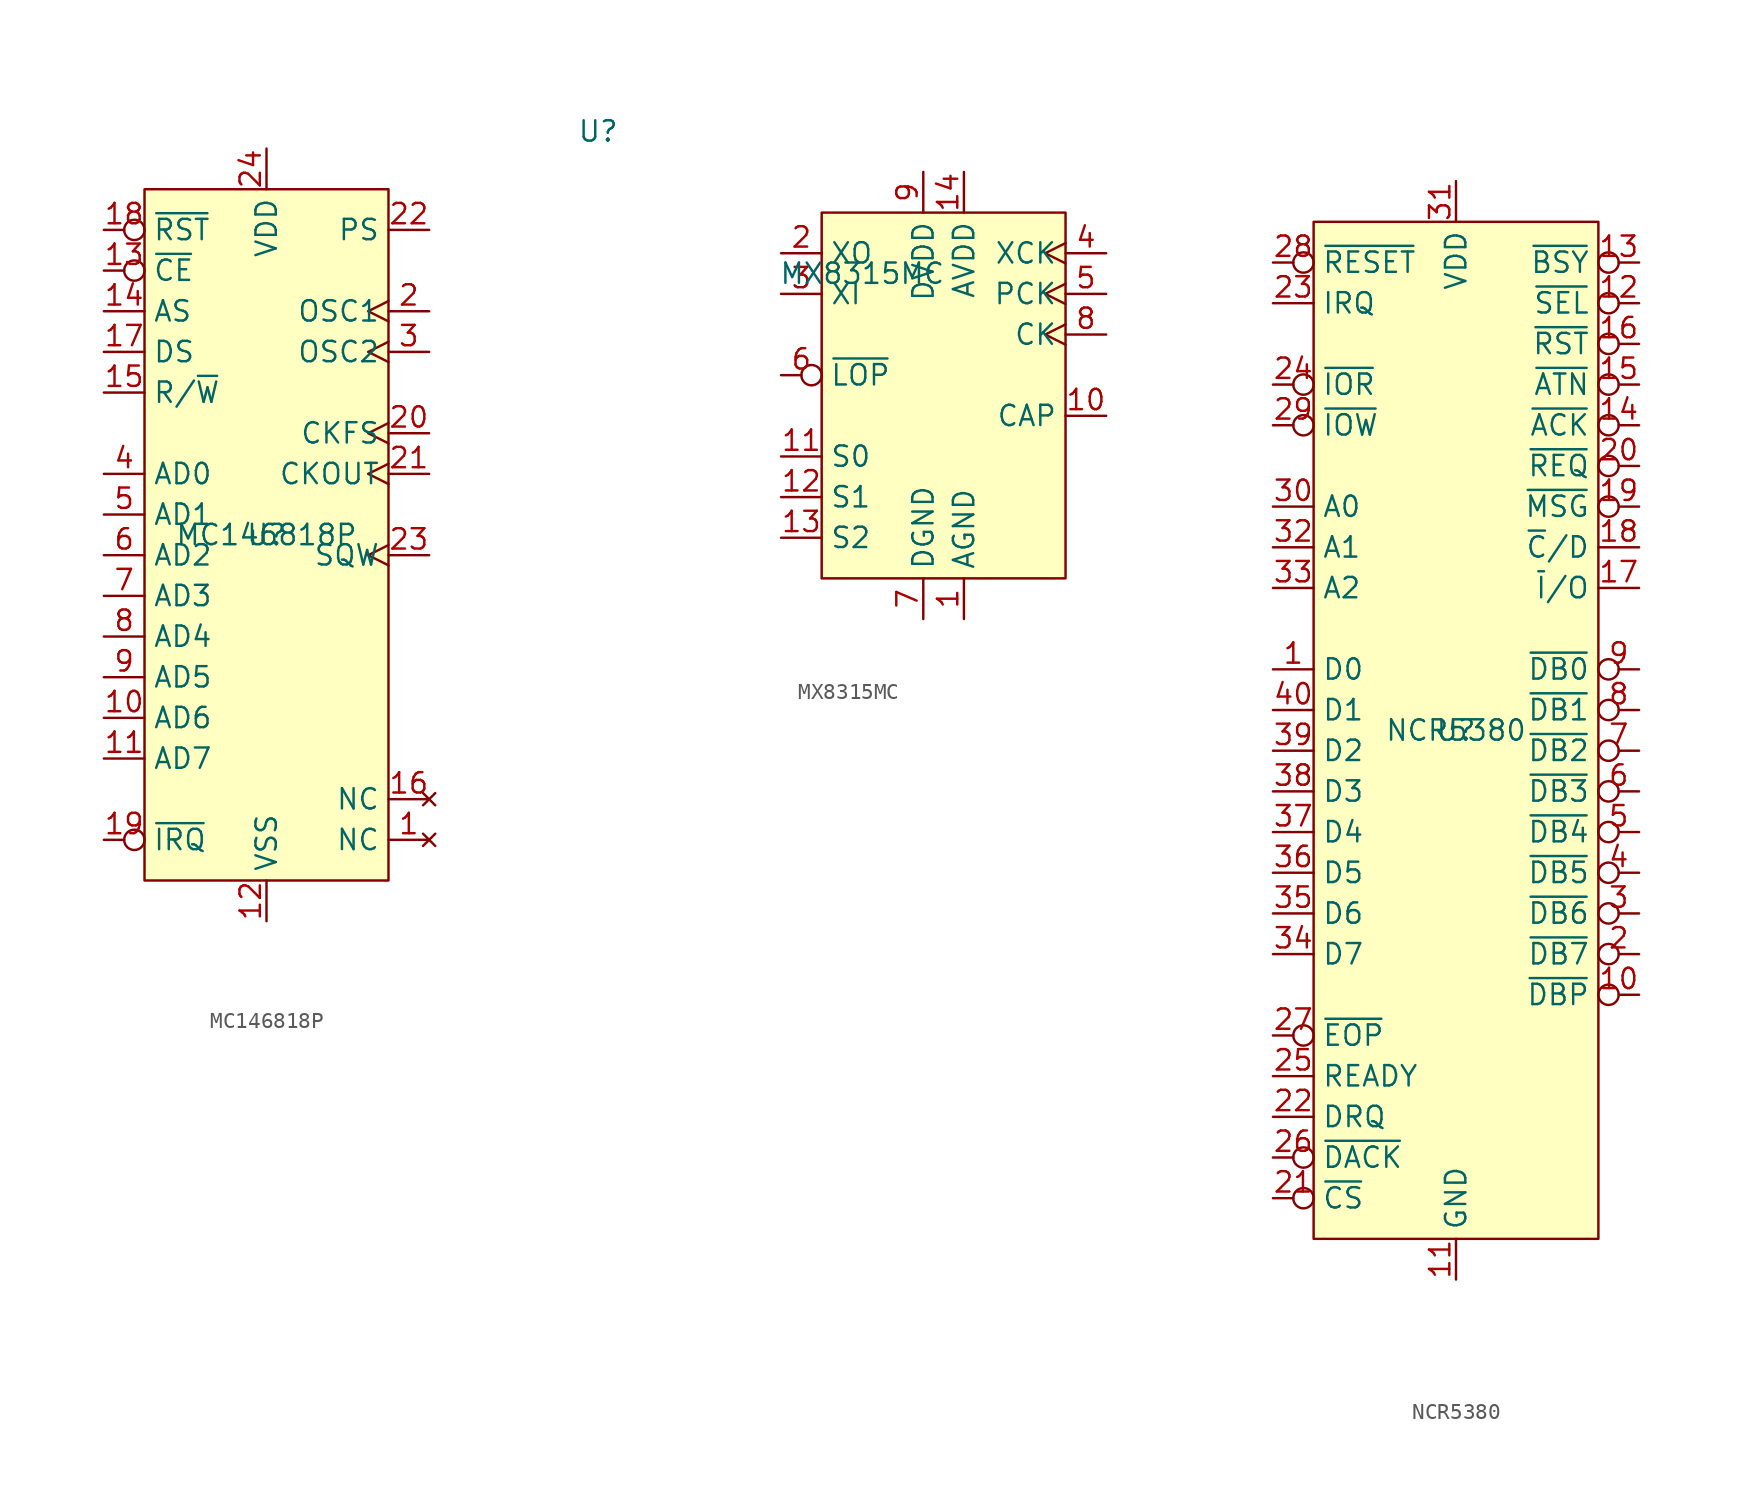
<source format=kicad_sym>
(kicad_symbol_lib
  (version 20220914)
  (generator kicad_symbol_editor)
  (symbol "MC146818P"
    (property "Reference" "U"
      (at 0 0 0)
      (effects (font (size 1.27 1.27))))
    (property "Value" "MC146818P"
      (at 0 0 0)
      (effects (font (size 1.27 1.27))))
    (symbol "MC146818P_0_0"
      (pin no_connect line (at 10.16 -19.05 180) (length 2.54) (name "NC" (effects (font (size 1.27 1.27)))) (number "1" (effects (font (size 1.27 1.27)))))
      (pin bidirectional line (at -10.16 -11.43 0) (length 2.54) (name "AD6" (effects (font (size 1.27 1.27)))) (number "10" (effects (font (size 1.27 1.27)))))
      (pin bidirectional line (at -10.16 -13.97 0) (length 2.54) (name "AD7" (effects (font (size 1.27 1.27)))) (number "11" (effects (font (size 1.27 1.27)))))
      (pin power_in line (at 0 -24.13 90) (length 2.54) (name "VSS" (effects (font (size 1.27 1.27)))) (number "12" (effects (font (size 1.27 1.27)))))
      (pin input inverted (at -10.16 16.51 0) (length 2.54) (name "~{CE}" (effects (font (size 1.27 1.27)))) (number "13" (effects (font (size 1.27 1.27)))))
      (pin input line (at -10.16 13.97 0) (length 2.54) (name "AS" (effects (font (size 1.27 1.27)))) (number "14" (effects (font (size 1.27 1.27)))))
      (pin input line (at -10.16 8.89 0) (length 2.54) (name "R/~{W}" (effects (font (size 1.27 1.27)))) (number "15" (effects (font (size 1.27 1.27)))))
      (pin no_connect line (at 10.16 -16.51 180) (length 2.54) (name "NC" (effects (font (size 1.27 1.27)))) (number "16" (effects (font (size 1.27 1.27)))))
      (pin input line (at -10.16 11.43 0) (length 2.54) (name "DS" (effects (font (size 1.27 1.27)))) (number "17" (effects (font (size 1.27 1.27)))))
      (pin input inverted (at -10.16 19.05 0) (length 2.54) (name "~{RST}" (effects (font (size 1.27 1.27)))) (number "18" (effects (font (size 1.27 1.27)))))
      (pin output inverted (at -10.16 -19.05 0) (length 2.54) (name "~{IRQ}" (effects (font (size 1.27 1.27)))) (number "19" (effects (font (size 1.27 1.27)))))
      (pin input clock (at 10.16 13.97 180) (length 2.54) (name "OSC1" (effects (font (size 1.27 1.27)))) (number "2" (effects (font (size 1.27 1.27)))))
      (pin input clock (at 10.16 6.35 180) (length 2.54) (name "CKFS" (effects (font (size 1.27 1.27)))) (number "20" (effects (font (size 1.27 1.27)))))
      (pin output clock (at 10.16 3.81 180) (length 2.54) (name "CKOUT" (effects (font (size 1.27 1.27)))) (number "21" (effects (font (size 1.27 1.27)))))
      (pin input line (at 10.16 19.05 180) (length 2.54) (name "PS" (effects (font (size 1.27 1.27)))) (number "22" (effects (font (size 1.27 1.27)))))
      (pin output clock (at 10.16 -1.27 180) (length 2.54) (name "SQW" (effects (font (size 1.27 1.27)))) (number "23" (effects (font (size 1.27 1.27)))))
      (pin power_in line (at 0 24.13 270) (length 2.54) (name "VDD" (effects (font (size 1.27 1.27)))) (number "24" (effects (font (size 1.27 1.27)))))
      (pin output clock (at 10.16 11.43 180) (length 2.54) (name "OSC2" (effects (font (size 1.27 1.27)))) (number "3" (effects (font (size 1.27 1.27)))))
      (pin bidirectional line (at -10.16 3.81 0) (length 2.54) (name "AD0" (effects (font (size 1.27 1.27)))) (number "4" (effects (font (size 1.27 1.27)))))
      (pin bidirectional line (at -10.16 1.27 0) (length 2.54) (name "AD1" (effects (font (size 1.27 1.27)))) (number "5" (effects (font (size 1.27 1.27)))))
      (pin bidirectional line (at -10.16 -1.27 0) (length 2.54) (name "AD2" (effects (font (size 1.27 1.27)))) (number "6" (effects (font (size 1.27 1.27)))))
      (pin bidirectional line (at -10.16 -3.81 0) (length 2.54) (name "AD3" (effects (font (size 1.27 1.27)))) (number "7" (effects (font (size 1.27 1.27)))))
      (pin bidirectional line (at -10.16 -6.35 0) (length 2.54) (name "AD4" (effects (font (size 1.27 1.27)))) (number "8" (effects (font (size 1.27 1.27)))))
      (pin bidirectional line (at -10.16 -8.89 0) (length 2.54) (name "AD5" (effects (font (size 1.27 1.27)))) (number "9" (effects (font (size 1.27 1.27))))))
    (symbol "MC146818P_1_1"
      (rectangle (start -7.62 21.59) (end 7.62 -21.59) (stroke (width 0) (type default)) (fill (type background)))))
  (symbol "MX8315MC"
    (property "Reference" "U"
      (at -21.59 15.24 0)
      (effects (font (size 1.27 1.27))))
    (property "Value" "MX8315MC"
      (at -5.08 6.35 0)
      (effects (font (size 1.27 1.27))))
    (symbol "MX8315MC_1_1"
      (rectangle (start -7.62 10.16) (end 7.62 -12.7) (stroke (width 0) (type default)) (fill (type background)))
      (pin power_in line (at 1.27 -15.24 90) (length 2.54) (name "AGND" (effects (font (size 1.27 1.27)))) (number "1" (effects (font (size 1.27 1.27)))))
      (pin power_in line (at 10.16 -2.54 180) (length 2.54) (name "CAP" (effects (font (size 1.27 1.27)))) (number "10" (effects (font (size 1.27 1.27)))))
      (pin input line (at -10.16 -5.08 0) (length 2.54) (name "S0" (effects (font (size 1.27 1.27)))) (number "11" (effects (font (size 1.27 1.27)))))
      (pin input line (at -10.16 -7.62 0) (length 2.54) (name "S1" (effects (font (size 1.27 1.27)))) (number "12" (effects (font (size 1.27 1.27)))))
      (pin input line (at -10.16 -10.16 0) (length 2.54) (name "S2" (effects (font (size 1.27 1.27)))) (number "13" (effects (font (size 1.27 1.27)))))
      (pin power_in line (at 1.27 12.7 270) (length 2.54) (name "AVDD" (effects (font (size 1.27 1.27)))) (number "14" (effects (font (size 1.27 1.27)))))
      (pin output line (at -10.16 7.62 0) (length 2.54) (name "XO" (effects (font (size 1.27 1.27)))) (number "2" (effects (font (size 1.27 1.27)))))
      (pin input line (at -10.16 5.08 0) (length 2.54) (name "XI" (effects (font (size 1.27 1.27)))) (number "3" (effects (font (size 1.27 1.27)))))
      (pin output clock (at 10.16 7.62 180) (length 2.54) (name "XCK" (effects (font (size 1.27 1.27)))) (number "4" (effects (font (size 1.27 1.27)))))
      (pin output clock (at 10.16 5.08 180) (length 2.54) (name "PCK" (effects (font (size 1.27 1.27)))) (number "5" (effects (font (size 1.27 1.27)))))
      (pin input inverted (at -10.16 0 0) (length 2.54) (name "~{LOP}" (effects (font (size 1.27 1.27)))) (number "6" (effects (font (size 1.27 1.27)))))
      (pin power_in line (at -1.27 -15.24 90) (length 2.54) (name "DGND" (effects (font (size 1.27 1.27)))) (number "7" (effects (font (size 1.27 1.27)))))
      (pin output clock (at 10.16 2.54 180) (length 2.54) (name "CK" (effects (font (size 1.27 1.27)))) (number "8" (effects (font (size 1.27 1.27)))))
      (pin power_in line (at -1.27 12.7 270) (length 2.54) (name "DVDD" (effects (font (size 1.27 1.27)))) (number "9" (effects (font (size 1.27 1.27)))))))
  (symbol "NCR5380"
    (property "Reference" "U"
      (at 0 0 0)
      (effects (font (size 1.27 1.27))))
    (property "Value" "NCR5380"
      (at 0 0 0)
      (effects (font (size 1.27 1.27))))
    (symbol "NCR5380_0_0"
      (pin bidirectional line (at -11.43 3.81 0) (length 2.54) (name "D0" (effects (font (size 1.27 1.27)))) (number "1" (effects (font (size 1.27 1.27)))))
      (pin bidirectional inverted (at 11.43 -16.51 180) (length 2.54) (name "~{DBP}" (effects (font (size 1.27 1.27)))) (number "10" (effects (font (size 1.27 1.27)))))
      (pin input line (at 0 -34.29 90) (length 2.54) (name "GND" (effects (font (size 1.27 1.27)))) (number "11" (effects (font (size 1.27 1.27)))))
      (pin bidirectional inverted (at 11.43 26.67 180) (length 2.54) (name "~{SEL}" (effects (font (size 1.27 1.27)))) (number "12" (effects (font (size 1.27 1.27)))))
      (pin bidirectional inverted (at 11.43 29.21 180) (length 2.54) (name "~{BSY}" (effects (font (size 1.27 1.27)))) (number "13" (effects (font (size 1.27 1.27)))))
      (pin bidirectional inverted (at 11.43 19.05 180) (length 2.54) (name "~{ACK}" (effects (font (size 1.27 1.27)))) (number "14" (effects (font (size 1.27 1.27)))))
      (pin bidirectional inverted (at 11.43 21.59 180) (length 2.54) (name "~{ATN}" (effects (font (size 1.27 1.27)))) (number "15" (effects (font (size 1.27 1.27)))))
      (pin bidirectional inverted (at 11.43 24.13 180) (length 2.54) (name "~{RST}" (effects (font (size 1.27 1.27)))) (number "16" (effects (font (size 1.27 1.27)))))
      (pin bidirectional line (at 11.43 8.89 180) (length 2.54) (name "~{I}/O" (effects (font (size 1.27 1.27)))) (number "17" (effects (font (size 1.27 1.27)))))
      (pin bidirectional line (at 11.43 11.43 180) (length 2.54) (name "~{C}/D" (effects (font (size 1.27 1.27)))) (number "18" (effects (font (size 1.27 1.27)))))
      (pin bidirectional inverted (at 11.43 13.97 180) (length 2.54) (name "~{MSG}" (effects (font (size 1.27 1.27)))) (number "19" (effects (font (size 1.27 1.27)))))
      (pin bidirectional inverted (at 11.43 -13.97 180) (length 2.54) (name "~{DB7}" (effects (font (size 1.27 1.27)))) (number "2" (effects (font (size 1.27 1.27)))))
      (pin bidirectional inverted (at 11.43 16.51 180) (length 2.54) (name "~{REQ}" (effects (font (size 1.27 1.27)))) (number "20" (effects (font (size 1.27 1.27)))))
      (pin input inverted (at -11.43 -29.21 0) (length 2.54) (name "~{CS}" (effects (font (size 1.27 1.27)))) (number "21" (effects (font (size 1.27 1.27)))))
      (pin output line (at -11.43 -24.13 0) (length 2.54) (name "DRQ" (effects (font (size 1.27 1.27)))) (number "22" (effects (font (size 1.27 1.27)))))
      (pin output line (at -11.43 26.67 0) (length 2.54) (name "IRQ" (effects (font (size 1.27 1.27)))) (number "23" (effects (font (size 1.27 1.27)))))
      (pin input inverted (at -11.43 21.59 0) (length 2.54) (name "~{IOR}" (effects (font (size 1.27 1.27)))) (number "24" (effects (font (size 1.27 1.27)))))
      (pin output line (at -11.43 -21.59 0) (length 2.54) (name "READY" (effects (font (size 1.27 1.27)))) (number "25" (effects (font (size 1.27 1.27)))))
      (pin input inverted (at -11.43 -26.67 0) (length 2.54) (name "~{DACK}" (effects (font (size 1.27 1.27)))) (number "26" (effects (font (size 1.27 1.27)))))
      (pin input inverted (at -11.43 -19.05 0) (length 2.54) (name "~{EOP}" (effects (font (size 1.27 1.27)))) (number "27" (effects (font (size 1.27 1.27)))))
      (pin input inverted (at -11.43 29.21 0) (length 2.54) (name "~{RESET}" (effects (font (size 1.27 1.27)))) (number "28" (effects (font (size 1.27 1.27)))))
      (pin input inverted (at -11.43 19.05 0) (length 2.54) (name "~{IOW}" (effects (font (size 1.27 1.27)))) (number "29" (effects (font (size 1.27 1.27)))))
      (pin bidirectional inverted (at 11.43 -11.43 180) (length 2.54) (name "~{DB6}" (effects (font (size 1.27 1.27)))) (number "3" (effects (font (size 1.27 1.27)))))
      (pin input line (at -11.43 13.97 0) (length 2.54) (name "A0" (effects (font (size 1.27 1.27)))) (number "30" (effects (font (size 1.27 1.27)))))
      (pin power_in line (at 0 34.29 270) (length 2.54) (name "VDD" (effects (font (size 1.27 1.27)))) (number "31" (effects (font (size 1.27 1.27)))))
      (pin input line (at -11.43 11.43 0) (length 2.54) (name "A1" (effects (font (size 1.27 1.27)))) (number "32" (effects (font (size 1.27 1.27)))))
      (pin input line (at -11.43 8.89 0) (length 2.54) (name "A2" (effects (font (size 1.27 1.27)))) (number "33" (effects (font (size 1.27 1.27)))))
      (pin bidirectional line (at -11.43 -13.97 0) (length 2.54) (name "D7" (effects (font (size 1.27 1.27)))) (number "34" (effects (font (size 1.27 1.27)))))
      (pin bidirectional line (at -11.43 -11.43 0) (length 2.54) (name "D6" (effects (font (size 1.27 1.27)))) (number "35" (effects (font (size 1.27 1.27)))))
      (pin bidirectional line (at -11.43 -8.89 0) (length 2.54) (name "D5" (effects (font (size 1.27 1.27)))) (number "36" (effects (font (size 1.27 1.27)))))
      (pin bidirectional line (at -11.43 -6.35 0) (length 2.54) (name "D4" (effects (font (size 1.27 1.27)))) (number "37" (effects (font (size 1.27 1.27)))))
      (pin bidirectional line (at -11.43 -3.81 0) (length 2.54) (name "D3" (effects (font (size 1.27 1.27)))) (number "38" (effects (font (size 1.27 1.27)))))
      (pin bidirectional line (at -11.43 -1.27 0) (length 2.54) (name "D2" (effects (font (size 1.27 1.27)))) (number "39" (effects (font (size 1.27 1.27)))))
      (pin bidirectional inverted (at 11.43 -8.89 180) (length 2.54) (name "~{DB5}" (effects (font (size 1.27 1.27)))) (number "4" (effects (font (size 1.27 1.27)))))
      (pin bidirectional line (at -11.43 1.27 0) (length 2.54) (name "D1" (effects (font (size 1.27 1.27)))) (number "40" (effects (font (size 1.27 1.27)))))
      (pin bidirectional inverted (at 11.43 -6.35 180) (length 2.54) (name "~{DB4}" (effects (font (size 1.27 1.27)))) (number "5" (effects (font (size 1.27 1.27)))))
      (pin bidirectional inverted (at 11.43 -3.81 180) (length 2.54) (name "~{DB3}" (effects (font (size 1.27 1.27)))) (number "6" (effects (font (size 1.27 1.27)))))
      (pin bidirectional inverted (at 11.43 -1.27 180) (length 2.54) (name "~{DB2}" (effects (font (size 1.27 1.27)))) (number "7" (effects (font (size 1.27 1.27)))))
      (pin bidirectional inverted (at 11.43 1.27 180) (length 2.54) (name "~{DB1}" (effects (font (size 1.27 1.27)))) (number "8" (effects (font (size 1.27 1.27)))))
      (pin bidirectional inverted (at 11.43 3.81 180) (length 2.54) (name "~{DB0}" (effects (font (size 1.27 1.27)))) (number "9" (effects (font (size 1.27 1.27))))))
    (symbol "NCR5380_1_1"
      (rectangle (start -8.89 31.75) (end 8.89 -31.75) (stroke (width 0) (type default)) (fill (type background))))))
</source>
